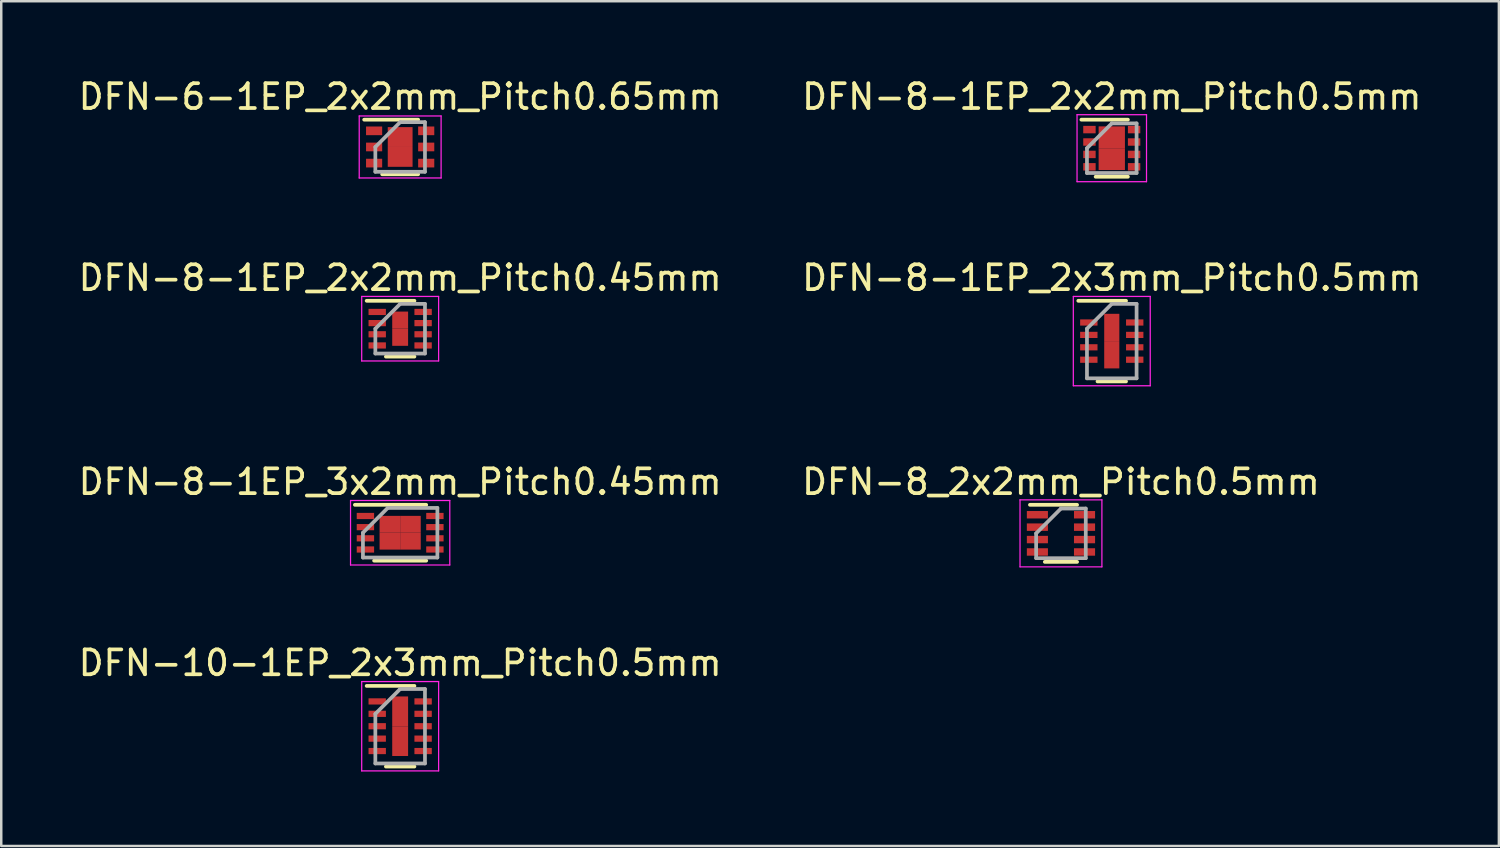
<source format=kicad_pcb>
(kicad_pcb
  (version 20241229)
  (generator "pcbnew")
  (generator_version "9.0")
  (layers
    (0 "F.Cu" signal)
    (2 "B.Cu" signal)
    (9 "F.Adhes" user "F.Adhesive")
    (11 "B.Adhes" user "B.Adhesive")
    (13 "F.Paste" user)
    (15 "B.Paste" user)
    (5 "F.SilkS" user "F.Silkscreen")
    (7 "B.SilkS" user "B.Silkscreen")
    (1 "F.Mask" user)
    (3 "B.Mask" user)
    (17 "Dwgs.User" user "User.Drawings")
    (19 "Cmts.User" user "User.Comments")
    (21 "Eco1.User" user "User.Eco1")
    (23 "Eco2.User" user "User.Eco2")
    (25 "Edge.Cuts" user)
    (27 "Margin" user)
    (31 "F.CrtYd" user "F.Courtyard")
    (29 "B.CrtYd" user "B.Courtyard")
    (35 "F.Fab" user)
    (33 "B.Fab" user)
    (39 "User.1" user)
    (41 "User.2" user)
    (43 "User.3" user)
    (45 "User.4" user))
  (footprint "DFN-8-1EP_2x3mm_Pitch0.5mm"
    (layer "F.Cu")
    (at 41.756 10.697)
    (property "Reference" "DFN-8-1EP_2x3mm_Pitch0.5mm" (at 0 -2.55 0) (layer "F.SilkS") (effects (font (size 1 1) (thickness 0.15))))
    (attr smd)
    (fp_line (start -1.35 -1.625) (end 0.575 -1.625) (stroke (width 0.15) (type solid)) (layer "F.SilkS"))
    (fp_line (start -0.575 1.625) (end 0.575 1.625) (stroke (width 0.15) (type solid)) (layer "F.SilkS"))
    (fp_line (start -1.55 -1.8) (end -1.55 1.8) (stroke (width 0.05) (type solid)) (layer "F.CrtYd"))
    (fp_line (start -1.55 -1.8) (end 1.55 -1.8) (stroke (width 0.05) (type solid)) (layer "F.CrtYd"))
    (fp_line (start -1.55 1.8) (end 1.55 1.8) (stroke (width 0.05) (type solid)) (layer "F.CrtYd"))
    (fp_line (start 1.55 -1.8) (end 1.55 1.8) (stroke (width 0.05) (type solid)) (layer "F.CrtYd"))
    (fp_line (start -1 -0.5) (end 0 -1.5) (stroke (width 0.15) (type solid)) (layer "F.Fab"))
    (fp_line (start -1 1.5) (end -1 -0.5) (stroke (width 0.15) (type solid)) (layer "F.Fab"))
    (fp_line (start 0 -1.5) (end 1 -1.5) (stroke (width 0.15) (type solid)) (layer "F.Fab"))
    (fp_line (start 1 -1.5) (end 1 1.5) (stroke (width 0.15) (type solid)) (layer "F.Fab"))
    (fp_line (start 1 1.5) (end -1 1.5) (stroke (width 0.15) (type solid)) (layer "F.Fab"))
    (pad "1" smd rect (at -0.925 -0.75) (size 0.7 0.25) (layers "F.Cu" "F.Mask" "F.Paste"))
    (pad "2" smd rect (at -0.925 -0.25) (size 0.7 0.25) (layers "F.Cu" "F.Mask" "F.Paste"))
    (pad "3" smd rect (at -0.925 0.25) (size 0.7 0.25) (layers "F.Cu" "F.Mask" "F.Paste"))
    (pad "4" smd rect (at -0.925 0.75) (size 0.7 0.25) (layers "F.Cu" "F.Mask" "F.Paste"))
    (pad "5" smd rect (at 0.925 0.75) (size 0.7 0.25) (layers "F.Cu" "F.Mask" "F.Paste"))
    (pad "6" smd rect (at 0.925 0.25) (size 0.7 0.25) (layers "F.Cu" "F.Mask" "F.Paste"))
    (pad "7" smd rect (at 0.925 -0.25) (size 0.7 0.25) (layers "F.Cu" "F.Mask" "F.Paste"))
    (pad "8" smd rect (at 0.925 -0.75) (size 0.7 0.25) (layers "F.Cu" "F.Mask" "F.Paste"))
    (pad "9" smd rect (at 0 -0.55) (size 0.61 1.1) (layers "F.Cu" "F.Mask" "F.Paste"))
    (pad "9" smd rect (at 0 0.55) (size 0.61 1.1) (layers "F.Cu" "F.Mask" "F.Paste")))
  (footprint "DFN-8-1EP_2x2mm_Pitch0.45mm"
    (layer "F.Cu")
    (at 13.077 10.197)
    (property "Reference" "DFN-8-1EP_2x2mm_Pitch0.45mm" (at 0 -2.05 0) (layer "F.SilkS") (effects (font (size 1 1) (thickness 0.15))))
    (attr smd)
    (fp_line (start -1.35 -1.125) (end 0.575 -1.125) (stroke (width 0.15) (type solid)) (layer "F.SilkS"))
    (fp_line (start -0.575 1.125) (end 0.575 1.125) (stroke (width 0.15) (type solid)) (layer "F.SilkS"))
    (fp_line (start -1.55 -1.3) (end -1.55 1.3) (stroke (width 0.05) (type solid)) (layer "F.CrtYd"))
    (fp_line (start -1.55 -1.3) (end 1.55 -1.3) (stroke (width 0.05) (type solid)) (layer "F.CrtYd"))
    (fp_line (start -1.55 1.3) (end 1.55 1.3) (stroke (width 0.05) (type solid)) (layer "F.CrtYd"))
    (fp_line (start 1.55 -1.3) (end 1.55 1.3) (stroke (width 0.05) (type solid)) (layer "F.CrtYd"))
    (fp_line (start -1 0) (end 0 -1) (stroke (width 0.15) (type solid)) (layer "F.Fab"))
    (fp_line (start -1 1) (end -1 0) (stroke (width 0.15) (type solid)) (layer "F.Fab"))
    (fp_line (start 0 -1) (end 1 -1) (stroke (width 0.15) (type solid)) (layer "F.Fab"))
    (fp_line (start 1 -1) (end 1 1) (stroke (width 0.15) (type solid)) (layer "F.Fab"))
    (fp_line (start 1 1) (end -1 1) (stroke (width 0.15) (type solid)) (layer "F.Fab"))
    (pad "1" smd rect (at -0.925 -0.675) (size 0.7 0.25) (layers "F.Cu" "F.Mask" "F.Paste"))
    (pad "2" smd rect (at -0.925 -0.225) (size 0.7 0.25) (layers "F.Cu" "F.Mask" "F.Paste"))
    (pad "3" smd rect (at -0.925 0.225) (size 0.7 0.25) (layers "F.Cu" "F.Mask" "F.Paste"))
    (pad "4" smd rect (at -0.925 0.675) (size 0.7 0.25) (layers "F.Cu" "F.Mask" "F.Paste"))
    (pad "5" smd rect (at 0.925 0.675) (size 0.7 0.25) (layers "F.Cu" "F.Mask" "F.Paste"))
    (pad "6" smd rect (at 0.925 0.225) (size 0.7 0.25) (layers "F.Cu" "F.Mask" "F.Paste"))
    (pad "7" smd rect (at 0.925 -0.225) (size 0.7 0.25) (layers "F.Cu" "F.Mask" "F.Paste"))
    (pad "8" smd rect (at 0.925 -0.675) (size 0.7 0.25) (layers "F.Cu" "F.Mask" "F.Paste"))
    (pad "9" smd rect (at 0 -0.345) (size 0.64 0.69) (layers "F.Cu" "F.Mask" "F.Paste"))
    (pad "9" smd rect (at 0 0.345) (size 0.64 0.69) (layers "F.Cu" "F.Mask" "F.Paste")))
  (footprint "DFN-10-1EP_2x3mm_Pitch0.5mm"
    (layer "F.Cu")
    (at 13.077 26.218)
    (property "Reference" "DFN-10-1EP_2x3mm_Pitch0.5mm" (at 0 -2.55 0) (layer "F.SilkS") (effects (font (size 1 1) (thickness 0.15))))
    (attr smd)
    (fp_line (start -1.35 -1.625) (end 0.575 -1.625) (stroke (width 0.15) (type solid)) (layer "F.SilkS"))
    (fp_line (start -0.575 1.625) (end 0.575 1.625) (stroke (width 0.15) (type solid)) (layer "F.SilkS"))
    (fp_line (start -1.55 -1.8) (end -1.55 1.8) (stroke (width 0.05) (type solid)) (layer "F.CrtYd"))
    (fp_line (start -1.55 -1.8) (end 1.55 -1.8) (stroke (width 0.05) (type solid)) (layer "F.CrtYd"))
    (fp_line (start -1.55 1.8) (end 1.55 1.8) (stroke (width 0.05) (type solid)) (layer "F.CrtYd"))
    (fp_line (start 1.55 -1.8) (end 1.55 1.8) (stroke (width 0.05) (type solid)) (layer "F.CrtYd"))
    (fp_line (start -1 -0.5) (end 0 -1.5) (stroke (width 0.15) (type solid)) (layer "F.Fab"))
    (fp_line (start -1 1.5) (end -1 -0.5) (stroke (width 0.15) (type solid)) (layer "F.Fab"))
    (fp_line (start 0 -1.5) (end 1 -1.5) (stroke (width 0.15) (type solid)) (layer "F.Fab"))
    (fp_line (start 1 -1.5) (end 1 1.5) (stroke (width 0.15) (type solid)) (layer "F.Fab"))
    (fp_line (start 1 1.5) (end -1 1.5) (stroke (width 0.15) (type solid)) (layer "F.Fab"))
    (pad "1" smd rect (at -0.925 -1) (size 0.7 0.25) (layers "F.Cu" "F.Mask" "F.Paste"))
    (pad "2" smd rect (at -0.925 -0.5) (size 0.7 0.25) (layers "F.Cu" "F.Mask" "F.Paste"))
    (pad "3" smd rect (at -0.925 0) (size 0.7 0.25) (layers "F.Cu" "F.Mask" "F.Paste"))
    (pad "4" smd rect (at -0.925 0.5) (size 0.7 0.25) (layers "F.Cu" "F.Mask" "F.Paste"))
    (pad "5" smd rect (at -0.925 1) (size 0.7 0.25) (layers "F.Cu" "F.Mask" "F.Paste"))
    (pad "6" smd rect (at 0.925 1) (size 0.7 0.25) (layers "F.Cu" "F.Mask" "F.Paste"))
    (pad "7" smd rect (at 0.925 0.5) (size 0.7 0.25) (layers "F.Cu" "F.Mask" "F.Paste"))
    (pad "8" smd rect (at 0.925 0) (size 0.7 0.25) (layers "F.Cu" "F.Mask" "F.Paste"))
    (pad "9" smd rect (at 0.925 -0.5) (size 0.7 0.25) (layers "F.Cu" "F.Mask" "F.Paste"))
    (pad "10" smd rect (at 0.925 -1) (size 0.7 0.25) (layers "F.Cu" "F.Mask" "F.Paste"))
    (pad "11" smd rect (at 0 -0.6) (size 0.64 1.2) (layers "F.Cu" "F.Mask" "F.Paste"))
    (pad "11" smd rect (at 0 0.6) (size 0.64 1.2) (layers "F.Cu" "F.Mask" "F.Paste")))
  (footprint "DFN-8-1EP_3x2mm_Pitch0.45mm"
    (layer "F.Cu")
    (at 13.077 18.42)
    (property "Reference" "DFN-8-1EP_3x2mm_Pitch0.45mm" (at 0 -2.05 0) (layer "F.SilkS") (effects (font (size 1 1) (thickness 0.15))))
    (attr smd)
    (fp_line (start -1.825 -1.125) (end 1.05 -1.125) (stroke (width 0.15) (type solid)) (layer "F.SilkS"))
    (fp_line (start -1.05 1.125) (end 1.05 1.125) (stroke (width 0.15) (type solid)) (layer "F.SilkS"))
    (fp_line (start -2 -1.3) (end -2 1.3) (stroke (width 0.05) (type solid)) (layer "F.CrtYd"))
    (fp_line (start -2 -1.3) (end 2 -1.3) (stroke (width 0.05) (type solid)) (layer "F.CrtYd"))
    (fp_line (start -2 1.3) (end 2 1.3) (stroke (width 0.05) (type solid)) (layer "F.CrtYd"))
    (fp_line (start 2 -1.3) (end 2 1.3) (stroke (width 0.05) (type solid)) (layer "F.CrtYd"))
    (fp_line (start -1.5 0) (end -0.5 -1) (stroke (width 0.15) (type solid)) (layer "F.Fab"))
    (fp_line (start -1.5 1) (end -1.5 0) (stroke (width 0.15) (type solid)) (layer "F.Fab"))
    (fp_line (start -0.5 -1) (end 1.5 -1) (stroke (width 0.15) (type solid)) (layer "F.Fab"))
    (fp_line (start 1.5 -1) (end 1.5 1) (stroke (width 0.15) (type solid)) (layer "F.Fab"))
    (fp_line (start 1.5 1) (end -1.5 1) (stroke (width 0.15) (type solid)) (layer "F.Fab"))
    (pad "1" smd rect (at -1.4 -0.675) (size 0.7 0.25) (layers "F.Cu" "F.Mask" "F.Paste"))
    (pad "2" smd rect (at -1.4 -0.225) (size 0.7 0.25) (layers "F.Cu" "F.Mask" "F.Paste"))
    (pad "3" smd rect (at -1.4 0.225) (size 0.7 0.25) (layers "F.Cu" "F.Mask" "F.Paste"))
    (pad "4" smd rect (at -1.4 0.675) (size 0.7 0.25) (layers "F.Cu" "F.Mask" "F.Paste"))
    (pad "5" smd rect (at 1.4 0.675) (size 0.7 0.25) (layers "F.Cu" "F.Mask" "F.Paste"))
    (pad "6" smd rect (at 1.4 0.225) (size 0.7 0.25) (layers "F.Cu" "F.Mask" "F.Paste"))
    (pad "7" smd rect (at 1.4 -0.225) (size 0.7 0.25) (layers "F.Cu" "F.Mask" "F.Paste"))
    (pad "8" smd rect (at 1.4 -0.675) (size 0.7 0.25) (layers "F.Cu" "F.Mask" "F.Paste"))
    (pad "9" smd rect (at -0.415 -0.34) (size 0.83 0.68) (layers "F.Cu" "F.Mask" "F.Paste"))
    (pad "9" smd rect (at -0.415 0.34) (size 0.83 0.68) (layers "F.Cu" "F.Mask" "F.Paste"))
    (pad "9" smd rect (at 0.415 -0.34) (size 0.83 0.68) (layers "F.Cu" "F.Mask" "F.Paste"))
    (pad "9" smd rect (at 0.415 0.34) (size 0.83 0.68) (layers "F.Cu" "F.Mask" "F.Paste")))
  (footprint "DFN-8_2x2mm_Pitch0.5mm"
    (layer "F.Cu")
    (at 39.708 18.445)
    (property "Reference" "DFN-8_2x2mm_Pitch0.5mm" (at 0 -2.075 0) (layer "F.SilkS") (effects (font (size 1 1) (thickness 0.15))))
    (attr smd)
    (fp_line (start -1.25 -1.15) (end 0.65 -1.15) (stroke (width 0.15) (type solid)) (layer "F.SilkS"))
    (fp_line (start -0.65 1.15) (end 0.65 1.15) (stroke (width 0.15) (type solid)) (layer "F.SilkS"))
    (fp_line (start -1.65 -1.35) (end -1.65 1.35) (stroke (width 0.05) (type solid)) (layer "F.CrtYd"))
    (fp_line (start -1.65 -1.35) (end 1.65 -1.35) (stroke (width 0.05) (type solid)) (layer "F.CrtYd"))
    (fp_line (start -1.65 1.35) (end 1.65 1.35) (stroke (width 0.05) (type solid)) (layer "F.CrtYd"))
    (fp_line (start 1.65 -1.35) (end 1.65 1.35) (stroke (width 0.05) (type solid)) (layer "F.CrtYd"))
    (fp_line (start -1 0) (end 0 -1) (stroke (width 0.15) (type solid)) (layer "F.Fab"))
    (fp_line (start -1 1) (end -1 0) (stroke (width 0.15) (type solid)) (layer "F.Fab"))
    (fp_line (start 0 -1) (end 1 -1) (stroke (width 0.15) (type solid)) (layer "F.Fab"))
    (fp_line (start 1 -1) (end 1 1) (stroke (width 0.15) (type solid)) (layer "F.Fab"))
    (fp_line (start 1 1) (end -1 1) (stroke (width 0.15) (type solid)) (layer "F.Fab"))
    (pad "1" smd rect (at -0.95 -0.75) (size 0.85 0.3) (layers "F.Cu" "F.Mask" "F.Paste"))
    (pad "2" smd rect (at -0.95 -0.25) (size 0.85 0.3) (layers "F.Cu" "F.Mask" "F.Paste"))
    (pad "3" smd rect (at -0.95 0.25) (size 0.85 0.3) (layers "F.Cu" "F.Mask" "F.Paste"))
    (pad "4" smd rect (at -0.95 0.75) (size 0.85 0.3) (layers "F.Cu" "F.Mask" "F.Paste"))
    (pad "5" smd rect (at 0.95 0.75) (size 0.85 0.3) (layers "F.Cu" "F.Mask" "F.Paste"))
    (pad "6" smd rect (at 0.95 0.25) (size 0.85 0.3) (layers "F.Cu" "F.Mask" "F.Paste"))
    (pad "7" smd rect (at 0.95 -0.25) (size 0.85 0.3) (layers "F.Cu" "F.Mask" "F.Paste"))
    (pad "8" smd rect (at 0.95 -0.75) (size 0.85 0.3) (layers "F.Cu" "F.Mask" "F.Paste")))
  (footprint "DFN-8-1EP_2x2mm_Pitch0.5mm"
    (layer "F.Cu")
    (at 41.756 2.923)
    (property "Reference" "DFN-8-1EP_2x2mm_Pitch0.5mm" (at 0 -2.075 0) (layer "F.SilkS") (effects (font (size 1 1) (thickness 0.15))))
    (attr smd)
    (fp_line (start -1.225 -1.15) (end 0.65 -1.15) (stroke (width 0.15) (type solid)) (layer "F.SilkS"))
    (fp_line (start -0.65 1.15) (end 0.65 1.15) (stroke (width 0.15) (type solid)) (layer "F.SilkS"))
    (fp_line (start -1.4 -1.35) (end -1.4 1.35) (stroke (width 0.05) (type solid)) (layer "F.CrtYd"))
    (fp_line (start -1.4 -1.35) (end 1.4 -1.35) (stroke (width 0.05) (type solid)) (layer "F.CrtYd"))
    (fp_line (start -1.4 1.35) (end 1.4 1.35) (stroke (width 0.05) (type solid)) (layer "F.CrtYd"))
    (fp_line (start 1.4 -1.35) (end 1.4 1.35) (stroke (width 0.05) (type solid)) (layer "F.CrtYd"))
    (fp_line (start -1 0) (end 0 -1) (stroke (width 0.15) (type solid)) (layer "F.Fab"))
    (fp_line (start -1 1) (end -1 0) (stroke (width 0.15) (type solid)) (layer "F.Fab"))
    (fp_line (start 0 -1) (end 1 -1) (stroke (width 0.15) (type solid)) (layer "F.Fab"))
    (fp_line (start 1 -1) (end 1 1) (stroke (width 0.15) (type solid)) (layer "F.Fab"))
    (fp_line (start 1 1) (end -1 1) (stroke (width 0.15) (type solid)) (layer "F.Fab"))
    (pad "1" smd rect (at -0.9 -0.75) (size 0.5 0.3) (layers "F.Cu" "F.Mask" "F.Paste"))
    (pad "2" smd rect (at -0.9 -0.25) (size 0.5 0.3) (layers "F.Cu" "F.Mask" "F.Paste"))
    (pad "3" smd rect (at -0.9 0.25) (size 0.5 0.3) (layers "F.Cu" "F.Mask" "F.Paste"))
    (pad "4" smd rect (at -0.9 0.75) (size 0.5 0.3) (layers "F.Cu" "F.Mask" "F.Paste"))
    (pad "5" smd rect (at 0.9 0.75) (size 0.5 0.3) (layers "F.Cu" "F.Mask" "F.Paste"))
    (pad "6" smd rect (at 0.9 0.25) (size 0.5 0.3) (layers "F.Cu" "F.Mask" "F.Paste"))
    (pad "7" smd rect (at 0.9 -0.25) (size 0.5 0.3) (layers "F.Cu" "F.Mask" "F.Paste"))
    (pad "8" smd rect (at 0.9 -0.75) (size 0.5 0.3) (layers "F.Cu" "F.Mask" "F.Paste"))
    (pad "9" smd rect (at 0 -0.44) (size 1.06 0.88) (layers "F.Cu" "F.Mask" "F.Paste"))
    (pad "9" smd rect (at 0 0.44) (size 1.06 0.88) (layers "F.Cu" "F.Mask" "F.Paste")))
  (footprint "DFN-6-1EP_2x2mm_Pitch0.65mm"
    (layer "F.Cu")
    (at 13.077 2.873)
    (property "Reference" "DFN-6-1EP_2x2mm_Pitch0.65mm" (at 0 -2.025 0) (layer "F.SilkS") (effects (font (size 1 1) (thickness 0.15))))
    (attr smd)
    (fp_line (start -1.45 -1.1) (end 0.725 -1.1) (stroke (width 0.15) (type solid)) (layer "F.SilkS"))
    (fp_line (start -0.725 1.1) (end 0.725 1.1) (stroke (width 0.15) (type solid)) (layer "F.SilkS"))
    (fp_line (start -1.65 -1.25) (end -1.65 1.25) (stroke (width 0.05) (type solid)) (layer "F.CrtYd"))
    (fp_line (start -1.65 -1.25) (end 1.65 -1.25) (stroke (width 0.05) (type solid)) (layer "F.CrtYd"))
    (fp_line (start -1.65 1.25) (end 1.65 1.25) (stroke (width 0.05) (type solid)) (layer "F.CrtYd"))
    (fp_line (start 1.65 -1.25) (end 1.65 1.25) (stroke (width 0.05) (type solid)) (layer "F.CrtYd"))
    (fp_line (start -1 0) (end 0 -1) (stroke (width 0.15) (type solid)) (layer "F.Fab"))
    (fp_line (start -1 1) (end -1 0) (stroke (width 0.15) (type solid)) (layer "F.Fab"))
    (fp_line (start 0 -1) (end 1 -1) (stroke (width 0.15) (type solid)) (layer "F.Fab"))
    (fp_line (start 1 -1) (end 1 1) (stroke (width 0.15) (type solid)) (layer "F.Fab"))
    (fp_line (start 1 1) (end -1 1) (stroke (width 0.15) (type solid)) (layer "F.Fab"))
    (pad "1" smd rect (at -1.05 -0.65) (size 0.65 0.35) (layers "F.Cu" "F.Mask" "F.Paste"))
    (pad "2" smd rect (at -1.05 0) (size 0.65 0.35) (layers "F.Cu" "F.Mask" "F.Paste"))
    (pad "3" smd rect (at -1.05 0.65) (size 0.65 0.35) (layers "F.Cu" "F.Mask" "F.Paste"))
    (pad "4" smd rect (at 1.05 0.65) (size 0.65 0.35) (layers "F.Cu" "F.Mask" "F.Paste"))
    (pad "5" smd rect (at 1.05 0) (size 0.65 0.35) (layers "F.Cu" "F.Mask" "F.Paste"))
    (pad "6" smd rect (at 1.05 -0.65) (size 0.65 0.35) (layers "F.Cu" "F.Mask" "F.Paste"))
    (pad "7" smd rect (at 0 -0.4) (size 1 0.8) (layers "F.Cu" "F.Mask" "F.Paste"))
    (pad "7" smd rect (at 0 0.4) (size 1 0.8) (layers "F.Cu" "F.Mask" "F.Paste")))
  (gr_rect
    (start -3 -3)
    (end 57.357 31.043)
    (stroke (width 0.1) (type default))
    (fill no)
    (layer "Edge.Cuts")))
</source>
